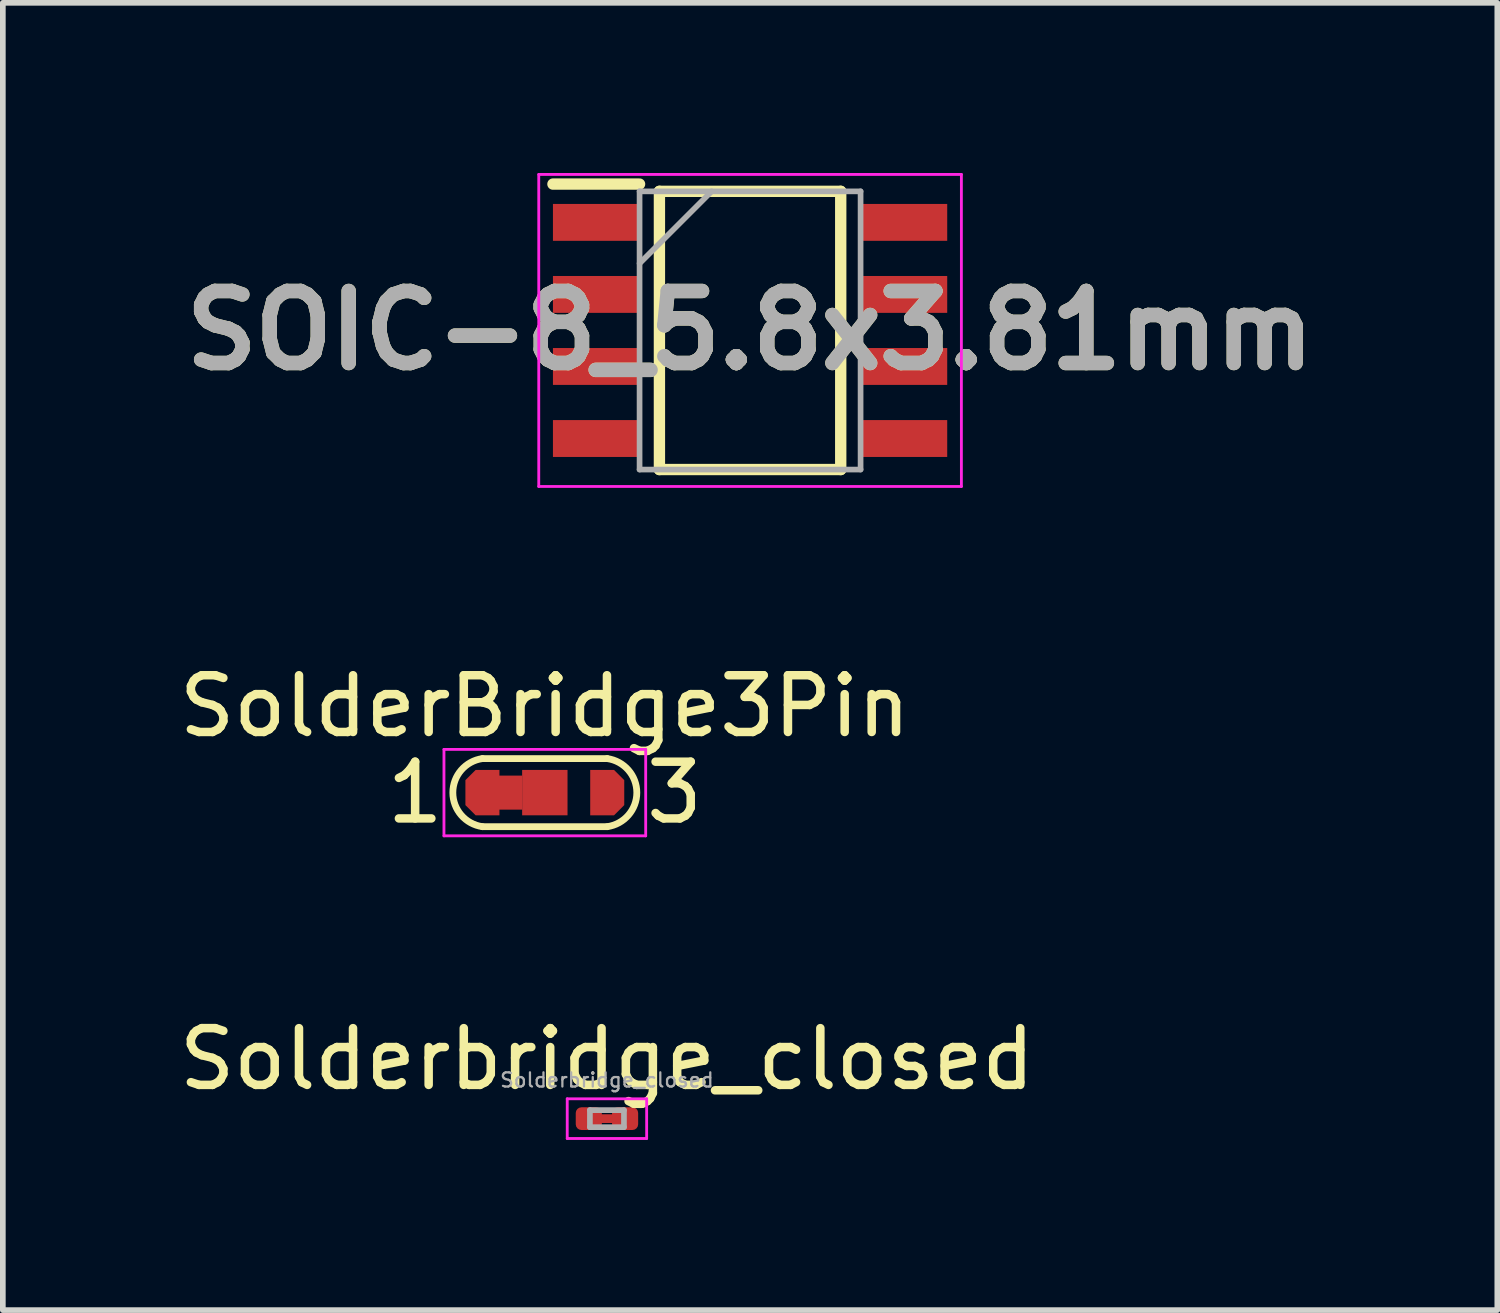
<source format=kicad_pcb>
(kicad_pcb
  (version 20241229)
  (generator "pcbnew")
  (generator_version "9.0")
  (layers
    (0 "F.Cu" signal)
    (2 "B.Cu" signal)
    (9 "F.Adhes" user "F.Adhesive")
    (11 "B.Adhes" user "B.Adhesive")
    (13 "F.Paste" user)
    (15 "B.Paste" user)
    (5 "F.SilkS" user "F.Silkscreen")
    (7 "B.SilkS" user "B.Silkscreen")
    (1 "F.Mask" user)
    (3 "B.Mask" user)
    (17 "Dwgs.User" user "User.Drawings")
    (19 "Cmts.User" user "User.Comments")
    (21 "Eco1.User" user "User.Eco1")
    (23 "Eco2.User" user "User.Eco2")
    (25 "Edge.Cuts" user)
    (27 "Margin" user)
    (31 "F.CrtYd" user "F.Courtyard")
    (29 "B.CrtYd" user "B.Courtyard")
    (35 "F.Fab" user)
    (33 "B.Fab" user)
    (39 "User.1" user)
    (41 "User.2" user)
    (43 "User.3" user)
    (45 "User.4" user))
  (footprint "Solderbridge_closed"
    (layer "F.Cu")
    (at 7.649 16.669)
    (property "Reference" "Solderbridge_closed" (at 0 -1.05 0) (layer "F.SilkS") (effects (font (size 1 1) (thickness 0.15))))
    (attr smd)
    (fp_line (start -0.09 0) (end 0.09 0) (stroke (width 0.154) (type default)) (layer "F.Cu"))
    (fp_line (start -0.7 -0.35) (end 0.7 -0.35) (stroke (width 0.05) (type solid)) (layer "F.CrtYd"))
    (fp_line (start -0.7 0.35) (end -0.7 -0.35) (stroke (width 0.05) (type solid)) (layer "F.CrtYd"))
    (fp_line (start 0.7 -0.35) (end 0.7 0.35) (stroke (width 0.05) (type solid)) (layer "F.CrtYd"))
    (fp_line (start 0.7 0.35) (end -0.7 0.35) (stroke (width 0.05) (type solid)) (layer "F.CrtYd"))
    (fp_line (start -0.3 -0.15) (end 0.3 -0.15) (stroke (width 0.1) (type solid)) (layer "F.Fab"))
    (fp_line (start -0.3 0.15) (end -0.3 -0.15) (stroke (width 0.1) (type solid)) (layer "F.Fab"))
    (fp_line (start 0.3 -0.15) (end 0.3 0.15) (stroke (width 0.1) (type solid)) (layer "F.Fab"))
    (fp_line (start 0.3 0.15) (end -0.3 0.15) (stroke (width 0.1) (type solid)) (layer "F.Fab"))
    (fp_text user "${REFERENCE}" (at 0 -0.68 0) (layer "F.Fab") (effects (font (size 0.25 0.25) (thickness 0.04))))
    (pad "" smd roundrect (at -0.345 0) (size 0.318 0.36) (layers "F.Mask") (roundrect_rratio 0.25))
    (pad "" smd roundrect (at 0.345 0) (size 0.318 0.36) (layers "F.Mask") (roundrect_rratio 0.25))
    (pad "1" smd roundrect (at -0.32 0) (size 0.46 0.4) (layers "F.Cu") (roundrect_rratio 0.25))
    (pad "2" smd roundrect (at 0.32 0) (size 0.46 0.4) (layers "F.Cu") (roundrect_rratio 0.25)))
  (footprint "SolderBridge3Pin"
    (layer "F.Cu")
    (at 6.554 10.922)
    (property "Reference" "SolderBridge3Pin" (at 0 -1.524 0) (layer "F.SilkS") (effects (font (size 1 1) (thickness 0.15))))
    (attr exclude_from_pos_files exclude_from_bom)
    (fp_poly (pts (xy -0.9 -0.3) (xy -0.4 -0.3) (xy -0.4 0.3) (xy -0.9 0.3)) (stroke (width 0) (type solid)) (fill yes) (layer "F.Cu"))
    (fp_line (start -1.1 -0.6) (end 1.1 -0.6) (stroke (width 0.12) (type solid)) (layer "F.SilkS"))
    (fp_line (start 1.1 0.6) (end -1.1 0.6) (stroke (width 0.12) (type solid)) (layer "F.SilkS"))
    (fp_arc (start -1.1 0.6) (mid -1.621851 0) (end -1.1 -0.6) (stroke (width 0.12) (type default)) (layer "F.SilkS"))
    (fp_arc (start 1.1 -0.6) (mid 1.621851 0) (end 1.1 0.6) (stroke (width 0.12) (type default)) (layer "F.SilkS"))
    (fp_line (start -1.778 -0.762) (end -1.778 0.762) (stroke (width 0.05) (type solid)) (layer "F.CrtYd"))
    (fp_line (start -1.778 -0.762) (end 1.778 -0.762) (stroke (width 0.05) (type solid)) (layer "F.CrtYd"))
    (fp_line (start 1.778 0.762) (end -1.778 0.762) (stroke (width 0.05) (type solid)) (layer "F.CrtYd"))
    (fp_line (start 1.778 0.762) (end 1.778 -0.762) (stroke (width 0.05) (type solid)) (layer "F.CrtYd"))
    (fp_text user "1" (at -2.286 0 0) (layer "F.SilkS") (effects (font (size 1 1) (thickness 0.15))))
    (fp_text user "3" (at 2.286 0 0) (layer "F.SilkS") (effects (font (size 1 1) (thickness 0.15))))
    (pad "1" smd roundrect (at -1.1 0) (size 0.6 0.8) (property pad_prop_testpoint) (layers "F.Cu" "F.Mask") (roundrect_rratio 0) (chamfer_ratio 0.3) (chamfer top_left bottom_left))
    (pad "2" smd rect (at 0 0) (size 0.8 0.8) (property pad_prop_testpoint) (layers "F.Cu" "F.Mask"))
    (pad "3" smd roundrect (at 1.1 0 180) (size 0.6 0.8) (property pad_prop_testpoint) (layers "F.Cu" "F.Mask") (roundrect_rratio 0) (chamfer_ratio 0.3) (chamfer top_left bottom_left)))
  (footprint "SOIC-8_5.8x3.81mm"
    (layer "F.Cu")
    (at 10.172 2.775)
    (property "Reference" "SOIC-8_5.8x3.81mm" (at 0 0 0) (layer "F.SilkS") (effects (font (size 1.27 1.27) (thickness 0.254))))
    (attr smd)
    (fp_line (start -3.475 -2.58) (end -1.948 -2.58) (stroke (width 0.2) (type solid)) (layer "F.SilkS"))
    (fp_line (start -1.598 -2.452) (end 1.598 -2.452) (stroke (width 0.2) (type solid)) (layer "F.SilkS"))
    (fp_line (start -1.598 2.452) (end -1.598 -2.452) (stroke (width 0.2) (type solid)) (layer "F.SilkS"))
    (fp_line (start 1.598 -2.452) (end 1.598 2.452) (stroke (width 0.2) (type solid)) (layer "F.SilkS"))
    (fp_line (start 1.598 2.452) (end -1.598 2.452) (stroke (width 0.2) (type solid)) (layer "F.SilkS"))
    (fp_line (start -3.725 -2.75) (end 3.725 -2.75) (stroke (width 0.05) (type solid)) (layer "F.CrtYd"))
    (fp_line (start -3.725 2.75) (end -3.725 -2.75) (stroke (width 0.05) (type solid)) (layer "F.CrtYd"))
    (fp_line (start 3.725 -2.75) (end 3.725 2.75) (stroke (width 0.05) (type solid)) (layer "F.CrtYd"))
    (fp_line (start 3.725 2.75) (end -3.725 2.75) (stroke (width 0.05) (type solid)) (layer "F.CrtYd"))
    (fp_line (start -1.948 -2.452) (end 1.948 -2.452) (stroke (width 0.1) (type solid)) (layer "F.Fab"))
    (fp_line (start -1.948 -1.182) (end -0.678 -2.452) (stroke (width 0.1) (type solid)) (layer "F.Fab"))
    (fp_line (start -1.948 2.452) (end -1.948 -2.452) (stroke (width 0.1) (type solid)) (layer "F.Fab"))
    (fp_line (start 1.948 -2.452) (end 1.948 2.452) (stroke (width 0.1) (type solid)) (layer "F.Fab"))
    (fp_line (start 1.948 2.452) (end -1.948 2.452) (stroke (width 0.1) (type solid)) (layer "F.Fab"))
    (fp_text user "${REFERENCE}" (at 0 0 0) (layer "F.Fab") (effects (font (size 1.27 1.27) (thickness 0.254))))
    (pad "1" smd rect (at -2.711 -1.905 90) (size 0.65 1.528) (layers "F.Cu" "F.Mask" "F.Paste"))
    (pad "2" smd rect (at -2.711 -0.635 90) (size 0.65 1.528) (layers "F.Cu" "F.Mask" "F.Paste"))
    (pad "3" smd rect (at -2.711 0.635 90) (size 0.65 1.528) (layers "F.Cu" "F.Mask" "F.Paste"))
    (pad "4" smd rect (at -2.711 1.905 90) (size 0.65 1.528) (layers "F.Cu" "F.Mask" "F.Paste"))
    (pad "5" smd rect (at 2.711 1.905 90) (size 0.65 1.528) (layers "F.Cu" "F.Mask" "F.Paste"))
    (pad "6" smd rect (at 2.711 0.635 90) (size 0.65 1.528) (layers "F.Cu" "F.Mask" "F.Paste"))
    (pad "7" smd rect (at 2.711 -0.635 90) (size 0.65 1.528) (layers "F.Cu" "F.Mask" "F.Paste"))
    (pad "8" smd rect (at 2.711 -1.905 90) (size 0.65 1.528) (layers "F.Cu" "F.Mask" "F.Paste")))
  (gr_rect
    (start -3 -3)
    (end 23.344 20.044)
    (stroke (width 0.1) (type default))
    (fill no)
    (layer "Edge.Cuts")))
</source>
